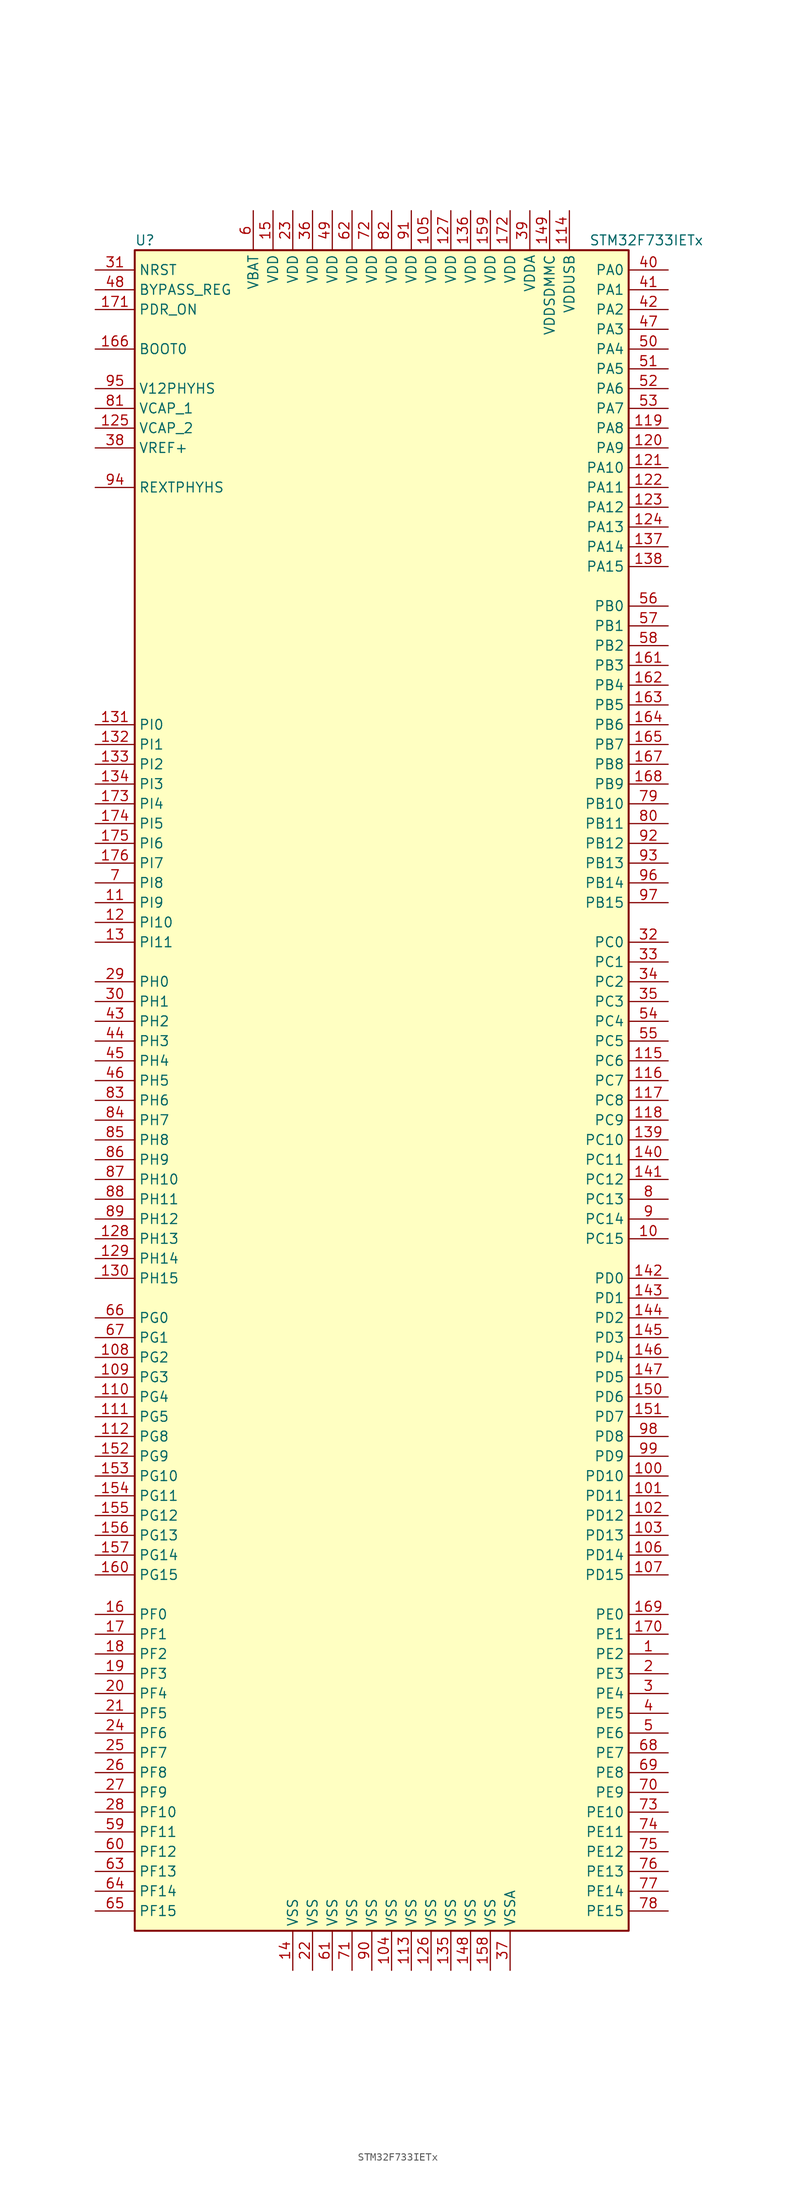
<source format=kicad_sym>
(kicad_symbol_lib
  (version 20201005)
  (generator kicad_symbol_editor)
  (symbol "STM32F733IETx"
    (property "Reference" "U"
      (at -33.02 107.95 0)
      (effects (font (size 1.27 1.27)) (justify left)))
    (property "Value" "STM32F733IETx"
      (at 25.4 107.95 0)
      (effects (font (size 1.27 1.27)) (justify left)))
    (symbol "STM32F733IETx_0_1"
      (rectangle (start -33.02 -109.22) (end 30.48 106.68) (stroke (width 0.254)) (fill (type background))))
    (symbol "STM32F733IETx_1_1"
      (pin bidirectional line (at 35.56 -73.66 180) (length 5.08) (name "PE2" (effects (font (size 1.27 1.27)))) (number "1" (effects (font (size 1.27 1.27)))))
      (pin bidirectional line (at 35.56 -20.32 180) (length 5.08) (name "PC15" (effects (font (size 1.27 1.27)))) (number "10" (effects (font (size 1.27 1.27)))))
      (pin bidirectional line (at 35.56 -50.8 180) (length 5.08) (name "PD10" (effects (font (size 1.27 1.27)))) (number "100" (effects (font (size 1.27 1.27)))))
      (pin bidirectional line (at 35.56 -53.34 180) (length 5.08) (name "PD11" (effects (font (size 1.27 1.27)))) (number "101" (effects (font (size 1.27 1.27)))))
      (pin bidirectional line (at 35.56 -55.88 180) (length 5.08) (name "PD12" (effects (font (size 1.27 1.27)))) (number "102" (effects (font (size 1.27 1.27)))))
      (pin bidirectional line (at 35.56 -58.42 180) (length 5.08) (name "PD13" (effects (font (size 1.27 1.27)))) (number "103" (effects (font (size 1.27 1.27)))))
      (pin power_in line (at 0 -114.3 90) (length 5.08) (name "VSS" (effects (font (size 1.27 1.27)))) (number "104" (effects (font (size 1.27 1.27)))))
      (pin power_in line (at 5.08 111.76 270) (length 5.08) (name "VDD" (effects (font (size 1.27 1.27)))) (number "105" (effects (font (size 1.27 1.27)))))
      (pin bidirectional line (at 35.56 -60.96 180) (length 5.08) (name "PD14" (effects (font (size 1.27 1.27)))) (number "106" (effects (font (size 1.27 1.27)))))
      (pin bidirectional line (at 35.56 -63.5 180) (length 5.08) (name "PD15" (effects (font (size 1.27 1.27)))) (number "107" (effects (font (size 1.27 1.27)))))
      (pin bidirectional line (at -38.1 -35.56 0) (length 5.08) (name "PG2" (effects (font (size 1.27 1.27)))) (number "108" (effects (font (size 1.27 1.27)))))
      (pin bidirectional line (at -38.1 -38.1 0) (length 5.08) (name "PG3" (effects (font (size 1.27 1.27)))) (number "109" (effects (font (size 1.27 1.27)))))
      (pin bidirectional line (at -38.1 22.86 0) (length 5.08) (name "PI9" (effects (font (size 1.27 1.27)))) (number "11" (effects (font (size 1.27 1.27)))))
      (pin bidirectional line (at -38.1 -40.64 0) (length 5.08) (name "PG4" (effects (font (size 1.27 1.27)))) (number "110" (effects (font (size 1.27 1.27)))))
      (pin bidirectional line (at -38.1 -43.18 0) (length 5.08) (name "PG5" (effects (font (size 1.27 1.27)))) (number "111" (effects (font (size 1.27 1.27)))))
      (pin bidirectional line (at -38.1 -45.72 0) (length 5.08) (name "PG8" (effects (font (size 1.27 1.27)))) (number "112" (effects (font (size 1.27 1.27)))))
      (pin power_in line (at 2.54 -114.3 90) (length 5.08) (name "VSS" (effects (font (size 1.27 1.27)))) (number "113" (effects (font (size 1.27 1.27)))))
      (pin power_in line (at 22.86 111.76 270) (length 5.08) (name "VDDUSB" (effects (font (size 1.27 1.27)))) (number "114" (effects (font (size 1.27 1.27)))))
      (pin bidirectional line (at 35.56 2.54 180) (length 5.08) (name "PC6" (effects (font (size 1.27 1.27)))) (number "115" (effects (font (size 1.27 1.27)))))
      (pin bidirectional line (at 35.56 0 180) (length 5.08) (name "PC7" (effects (font (size 1.27 1.27)))) (number "116" (effects (font (size 1.27 1.27)))))
      (pin bidirectional line (at 35.56 -2.54 180) (length 5.08) (name "PC8" (effects (font (size 1.27 1.27)))) (number "117" (effects (font (size 1.27 1.27)))))
      (pin bidirectional line (at 35.56 -5.08 180) (length 5.08) (name "PC9" (effects (font (size 1.27 1.27)))) (number "118" (effects (font (size 1.27 1.27)))))
      (pin bidirectional line (at 35.56 83.82 180) (length 5.08) (name "PA8" (effects (font (size 1.27 1.27)))) (number "119" (effects (font (size 1.27 1.27)))))
      (pin bidirectional line (at -38.1 20.32 0) (length 5.08) (name "PI10" (effects (font (size 1.27 1.27)))) (number "12" (effects (font (size 1.27 1.27)))))
      (pin bidirectional line (at 35.56 81.28 180) (length 5.08) (name "PA9" (effects (font (size 1.27 1.27)))) (number "120" (effects (font (size 1.27 1.27)))))
      (pin bidirectional line (at 35.56 78.74 180) (length 5.08) (name "PA10" (effects (font (size 1.27 1.27)))) (number "121" (effects (font (size 1.27 1.27)))))
      (pin bidirectional line (at 35.56 76.2 180) (length 5.08) (name "PA11" (effects (font (size 1.27 1.27)))) (number "122" (effects (font (size 1.27 1.27)))))
      (pin bidirectional line (at 35.56 73.66 180) (length 5.08) (name "PA12" (effects (font (size 1.27 1.27)))) (number "123" (effects (font (size 1.27 1.27)))))
      (pin bidirectional line (at 35.56 71.12 180) (length 5.08) (name "PA13" (effects (font (size 1.27 1.27)))) (number "124" (effects (font (size 1.27 1.27)))))
      (pin power_in line (at -38.1 83.82 0) (length 5.08) (name "VCAP_2" (effects (font (size 1.27 1.27)))) (number "125" (effects (font (size 1.27 1.27)))))
      (pin power_in line (at 5.08 -114.3 90) (length 5.08) (name "VSS" (effects (font (size 1.27 1.27)))) (number "126" (effects (font (size 1.27 1.27)))))
      (pin power_in line (at 7.62 111.76 270) (length 5.08) (name "VDD" (effects (font (size 1.27 1.27)))) (number "127" (effects (font (size 1.27 1.27)))))
      (pin bidirectional line (at -38.1 -20.32 0) (length 5.08) (name "PH13" (effects (font (size 1.27 1.27)))) (number "128" (effects (font (size 1.27 1.27)))))
      (pin bidirectional line (at -38.1 -22.86 0) (length 5.08) (name "PH14" (effects (font (size 1.27 1.27)))) (number "129" (effects (font (size 1.27 1.27)))))
      (pin bidirectional line (at -38.1 17.78 0) (length 5.08) (name "PI11" (effects (font (size 1.27 1.27)))) (number "13" (effects (font (size 1.27 1.27)))))
      (pin bidirectional line (at -38.1 -25.4 0) (length 5.08) (name "PH15" (effects (font (size 1.27 1.27)))) (number "130" (effects (font (size 1.27 1.27)))))
      (pin bidirectional line (at -38.1 45.72 0) (length 5.08) (name "PI0" (effects (font (size 1.27 1.27)))) (number "131" (effects (font (size 1.27 1.27)))))
      (pin bidirectional line (at -38.1 43.18 0) (length 5.08) (name "PI1" (effects (font (size 1.27 1.27)))) (number "132" (effects (font (size 1.27 1.27)))))
      (pin bidirectional line (at -38.1 40.64 0) (length 5.08) (name "PI2" (effects (font (size 1.27 1.27)))) (number "133" (effects (font (size 1.27 1.27)))))
      (pin bidirectional line (at -38.1 38.1 0) (length 5.08) (name "PI3" (effects (font (size 1.27 1.27)))) (number "134" (effects (font (size 1.27 1.27)))))
      (pin power_in line (at 7.62 -114.3 90) (length 5.08) (name "VSS" (effects (font (size 1.27 1.27)))) (number "135" (effects (font (size 1.27 1.27)))))
      (pin power_in line (at 10.16 111.76 270) (length 5.08) (name "VDD" (effects (font (size 1.27 1.27)))) (number "136" (effects (font (size 1.27 1.27)))))
      (pin bidirectional line (at 35.56 68.58 180) (length 5.08) (name "PA14" (effects (font (size 1.27 1.27)))) (number "137" (effects (font (size 1.27 1.27)))))
      (pin bidirectional line (at 35.56 66.04 180) (length 5.08) (name "PA15" (effects (font (size 1.27 1.27)))) (number "138" (effects (font (size 1.27 1.27)))))
      (pin bidirectional line (at 35.56 -7.62 180) (length 5.08) (name "PC10" (effects (font (size 1.27 1.27)))) (number "139" (effects (font (size 1.27 1.27)))))
      (pin power_in line (at -12.7 -114.3 90) (length 5.08) (name "VSS" (effects (font (size 1.27 1.27)))) (number "14" (effects (font (size 1.27 1.27)))))
      (pin bidirectional line (at 35.56 -10.16 180) (length 5.08) (name "PC11" (effects (font (size 1.27 1.27)))) (number "140" (effects (font (size 1.27 1.27)))))
      (pin bidirectional line (at 35.56 -12.7 180) (length 5.08) (name "PC12" (effects (font (size 1.27 1.27)))) (number "141" (effects (font (size 1.27 1.27)))))
      (pin bidirectional line (at 35.56 -25.4 180) (length 5.08) (name "PD0" (effects (font (size 1.27 1.27)))) (number "142" (effects (font (size 1.27 1.27)))))
      (pin bidirectional line (at 35.56 -27.94 180) (length 5.08) (name "PD1" (effects (font (size 1.27 1.27)))) (number "143" (effects (font (size 1.27 1.27)))))
      (pin bidirectional line (at 35.56 -30.48 180) (length 5.08) (name "PD2" (effects (font (size 1.27 1.27)))) (number "144" (effects (font (size 1.27 1.27)))))
      (pin bidirectional line (at 35.56 -33.02 180) (length 5.08) (name "PD3" (effects (font (size 1.27 1.27)))) (number "145" (effects (font (size 1.27 1.27)))))
      (pin bidirectional line (at 35.56 -35.56 180) (length 5.08) (name "PD4" (effects (font (size 1.27 1.27)))) (number "146" (effects (font (size 1.27 1.27)))))
      (pin bidirectional line (at 35.56 -38.1 180) (length 5.08) (name "PD5" (effects (font (size 1.27 1.27)))) (number "147" (effects (font (size 1.27 1.27)))))
      (pin power_in line (at 10.16 -114.3 90) (length 5.08) (name "VSS" (effects (font (size 1.27 1.27)))) (number "148" (effects (font (size 1.27 1.27)))))
      (pin power_in line (at 20.32 111.76 270) (length 5.08) (name "VDDSDMMC" (effects (font (size 1.27 1.27)))) (number "149" (effects (font (size 1.27 1.27)))))
      (pin power_in line (at -15.24 111.76 270) (length 5.08) (name "VDD" (effects (font (size 1.27 1.27)))) (number "15" (effects (font (size 1.27 1.27)))))
      (pin bidirectional line (at 35.56 -40.64 180) (length 5.08) (name "PD6" (effects (font (size 1.27 1.27)))) (number "150" (effects (font (size 1.27 1.27)))))
      (pin bidirectional line (at 35.56 -43.18 180) (length 5.08) (name "PD7" (effects (font (size 1.27 1.27)))) (number "151" (effects (font (size 1.27 1.27)))))
      (pin bidirectional line (at -38.1 -48.26 0) (length 5.08) (name "PG9" (effects (font (size 1.27 1.27)))) (number "152" (effects (font (size 1.27 1.27)))))
      (pin bidirectional line (at -38.1 -50.8 0) (length 5.08) (name "PG10" (effects (font (size 1.27 1.27)))) (number "153" (effects (font (size 1.27 1.27)))))
      (pin bidirectional line (at -38.1 -53.34 0) (length 5.08) (name "PG11" (effects (font (size 1.27 1.27)))) (number "154" (effects (font (size 1.27 1.27)))))
      (pin bidirectional line (at -38.1 -55.88 0) (length 5.08) (name "PG12" (effects (font (size 1.27 1.27)))) (number "155" (effects (font (size 1.27 1.27)))))
      (pin bidirectional line (at -38.1 -58.42 0) (length 5.08) (name "PG13" (effects (font (size 1.27 1.27)))) (number "156" (effects (font (size 1.27 1.27)))))
      (pin bidirectional line (at -38.1 -60.96 0) (length 5.08) (name "PG14" (effects (font (size 1.27 1.27)))) (number "157" (effects (font (size 1.27 1.27)))))
      (pin power_in line (at 12.7 -114.3 90) (length 5.08) (name "VSS" (effects (font (size 1.27 1.27)))) (number "158" (effects (font (size 1.27 1.27)))))
      (pin power_in line (at 12.7 111.76 270) (length 5.08) (name "VDD" (effects (font (size 1.27 1.27)))) (number "159" (effects (font (size 1.27 1.27)))))
      (pin bidirectional line (at -38.1 -68.58 0) (length 5.08) (name "PF0" (effects (font (size 1.27 1.27)))) (number "16" (effects (font (size 1.27 1.27)))))
      (pin bidirectional line (at -38.1 -63.5 0) (length 5.08) (name "PG15" (effects (font (size 1.27 1.27)))) (number "160" (effects (font (size 1.27 1.27)))))
      (pin bidirectional line (at 35.56 53.34 180) (length 5.08) (name "PB3" (effects (font (size 1.27 1.27)))) (number "161" (effects (font (size 1.27 1.27)))))
      (pin bidirectional line (at 35.56 50.8 180) (length 5.08) (name "PB4" (effects (font (size 1.27 1.27)))) (number "162" (effects (font (size 1.27 1.27)))))
      (pin bidirectional line (at 35.56 48.26 180) (length 5.08) (name "PB5" (effects (font (size 1.27 1.27)))) (number "163" (effects (font (size 1.27 1.27)))))
      (pin bidirectional line (at 35.56 45.72 180) (length 5.08) (name "PB6" (effects (font (size 1.27 1.27)))) (number "164" (effects (font (size 1.27 1.27)))))
      (pin bidirectional line (at 35.56 43.18 180) (length 5.08) (name "PB7" (effects (font (size 1.27 1.27)))) (number "165" (effects (font (size 1.27 1.27)))))
      (pin input line (at -38.1 93.98 0) (length 5.08) (name "BOOT0" (effects (font (size 1.27 1.27)))) (number "166" (effects (font (size 1.27 1.27)))))
      (pin bidirectional line (at 35.56 40.64 180) (length 5.08) (name "PB8" (effects (font (size 1.27 1.27)))) (number "167" (effects (font (size 1.27 1.27)))))
      (pin bidirectional line (at 35.56 38.1 180) (length 5.08) (name "PB9" (effects (font (size 1.27 1.27)))) (number "168" (effects (font (size 1.27 1.27)))))
      (pin bidirectional line (at 35.56 -68.58 180) (length 5.08) (name "PE0" (effects (font (size 1.27 1.27)))) (number "169" (effects (font (size 1.27 1.27)))))
      (pin bidirectional line (at -38.1 -71.12 0) (length 5.08) (name "PF1" (effects (font (size 1.27 1.27)))) (number "17" (effects (font (size 1.27 1.27)))))
      (pin bidirectional line (at 35.56 -71.12 180) (length 5.08) (name "PE1" (effects (font (size 1.27 1.27)))) (number "170" (effects (font (size 1.27 1.27)))))
      (pin input line (at -38.1 99.06 0) (length 5.08) (name "PDR_ON" (effects (font (size 1.27 1.27)))) (number "171" (effects (font (size 1.27 1.27)))))
      (pin power_in line (at 15.24 111.76 270) (length 5.08) (name "VDD" (effects (font (size 1.27 1.27)))) (number "172" (effects (font (size 1.27 1.27)))))
      (pin bidirectional line (at -38.1 35.56 0) (length 5.08) (name "PI4" (effects (font (size 1.27 1.27)))) (number "173" (effects (font (size 1.27 1.27)))))
      (pin bidirectional line (at -38.1 33.02 0) (length 5.08) (name "PI5" (effects (font (size 1.27 1.27)))) (number "174" (effects (font (size 1.27 1.27)))))
      (pin bidirectional line (at -38.1 30.48 0) (length 5.08) (name "PI6" (effects (font (size 1.27 1.27)))) (number "175" (effects (font (size 1.27 1.27)))))
      (pin bidirectional line (at -38.1 27.94 0) (length 5.08) (name "PI7" (effects (font (size 1.27 1.27)))) (number "176" (effects (font (size 1.27 1.27)))))
      (pin bidirectional line (at -38.1 -73.66 0) (length 5.08) (name "PF2" (effects (font (size 1.27 1.27)))) (number "18" (effects (font (size 1.27 1.27)))))
      (pin bidirectional line (at -38.1 -76.2 0) (length 5.08) (name "PF3" (effects (font (size 1.27 1.27)))) (number "19" (effects (font (size 1.27 1.27)))))
      (pin bidirectional line (at 35.56 -76.2 180) (length 5.08) (name "PE3" (effects (font (size 1.27 1.27)))) (number "2" (effects (font (size 1.27 1.27)))))
      (pin bidirectional line (at -38.1 -78.74 0) (length 5.08) (name "PF4" (effects (font (size 1.27 1.27)))) (number "20" (effects (font (size 1.27 1.27)))))
      (pin bidirectional line (at -38.1 -81.28 0) (length 5.08) (name "PF5" (effects (font (size 1.27 1.27)))) (number "21" (effects (font (size 1.27 1.27)))))
      (pin power_in line (at -10.16 -114.3 90) (length 5.08) (name "VSS" (effects (font (size 1.27 1.27)))) (number "22" (effects (font (size 1.27 1.27)))))
      (pin power_in line (at -12.7 111.76 270) (length 5.08) (name "VDD" (effects (font (size 1.27 1.27)))) (number "23" (effects (font (size 1.27 1.27)))))
      (pin bidirectional line (at -38.1 -83.82 0) (length 5.08) (name "PF6" (effects (font (size 1.27 1.27)))) (number "24" (effects (font (size 1.27 1.27)))))
      (pin bidirectional line (at -38.1 -86.36 0) (length 5.08) (name "PF7" (effects (font (size 1.27 1.27)))) (number "25" (effects (font (size 1.27 1.27)))))
      (pin bidirectional line (at -38.1 -88.9 0) (length 5.08) (name "PF8" (effects (font (size 1.27 1.27)))) (number "26" (effects (font (size 1.27 1.27)))))
      (pin bidirectional line (at -38.1 -91.44 0) (length 5.08) (name "PF9" (effects (font (size 1.27 1.27)))) (number "27" (effects (font (size 1.27 1.27)))))
      (pin bidirectional line (at -38.1 -93.98 0) (length 5.08) (name "PF10" (effects (font (size 1.27 1.27)))) (number "28" (effects (font (size 1.27 1.27)))))
      (pin input line (at -38.1 12.7 0) (length 5.08) (name "PH0" (effects (font (size 1.27 1.27)))) (number "29" (effects (font (size 1.27 1.27)))))
      (pin bidirectional line (at 35.56 -78.74 180) (length 5.08) (name "PE4" (effects (font (size 1.27 1.27)))) (number "3" (effects (font (size 1.27 1.27)))))
      (pin input line (at -38.1 10.16 0) (length 5.08) (name "PH1" (effects (font (size 1.27 1.27)))) (number "30" (effects (font (size 1.27 1.27)))))
      (pin input line (at -38.1 104.14 0) (length 5.08) (name "NRST" (effects (font (size 1.27 1.27)))) (number "31" (effects (font (size 1.27 1.27)))))
      (pin bidirectional line (at 35.56 17.78 180) (length 5.08) (name "PC0" (effects (font (size 1.27 1.27)))) (number "32" (effects (font (size 1.27 1.27)))))
      (pin bidirectional line (at 35.56 15.24 180) (length 5.08) (name "PC1" (effects (font (size 1.27 1.27)))) (number "33" (effects (font (size 1.27 1.27)))))
      (pin bidirectional line (at 35.56 12.7 180) (length 5.08) (name "PC2" (effects (font (size 1.27 1.27)))) (number "34" (effects (font (size 1.27 1.27)))))
      (pin bidirectional line (at 35.56 10.16 180) (length 5.08) (name "PC3" (effects (font (size 1.27 1.27)))) (number "35" (effects (font (size 1.27 1.27)))))
      (pin power_in line (at -10.16 111.76 270) (length 5.08) (name "VDD" (effects (font (size 1.27 1.27)))) (number "36" (effects (font (size 1.27 1.27)))))
      (pin power_in line (at 15.24 -114.3 90) (length 5.08) (name "VSSA" (effects (font (size 1.27 1.27)))) (number "37" (effects (font (size 1.27 1.27)))))
      (pin power_in line (at -38.1 81.28 0) (length 5.08) (name "VREF+" (effects (font (size 1.27 1.27)))) (number "38" (effects (font (size 1.27 1.27)))))
      (pin power_in line (at 17.78 111.76 270) (length 5.08) (name "VDDA" (effects (font (size 1.27 1.27)))) (number "39" (effects (font (size 1.27 1.27)))))
      (pin bidirectional line (at 35.56 -81.28 180) (length 5.08) (name "PE5" (effects (font (size 1.27 1.27)))) (number "4" (effects (font (size 1.27 1.27)))))
      (pin bidirectional line (at 35.56 104.14 180) (length 5.08) (name "PA0" (effects (font (size 1.27 1.27)))) (number "40" (effects (font (size 1.27 1.27)))))
      (pin bidirectional line (at 35.56 101.6 180) (length 5.08) (name "PA1" (effects (font (size 1.27 1.27)))) (number "41" (effects (font (size 1.27 1.27)))))
      (pin bidirectional line (at 35.56 99.06 180) (length 5.08) (name "PA2" (effects (font (size 1.27 1.27)))) (number "42" (effects (font (size 1.27 1.27)))))
      (pin bidirectional line (at -38.1 7.62 0) (length 5.08) (name "PH2" (effects (font (size 1.27 1.27)))) (number "43" (effects (font (size 1.27 1.27)))))
      (pin bidirectional line (at -38.1 5.08 0) (length 5.08) (name "PH3" (effects (font (size 1.27 1.27)))) (number "44" (effects (font (size 1.27 1.27)))))
      (pin bidirectional line (at -38.1 2.54 0) (length 5.08) (name "PH4" (effects (font (size 1.27 1.27)))) (number "45" (effects (font (size 1.27 1.27)))))
      (pin bidirectional line (at -38.1 0 0) (length 5.08) (name "PH5" (effects (font (size 1.27 1.27)))) (number "46" (effects (font (size 1.27 1.27)))))
      (pin bidirectional line (at 35.56 96.52 180) (length 5.08) (name "PA3" (effects (font (size 1.27 1.27)))) (number "47" (effects (font (size 1.27 1.27)))))
      (pin input line (at -38.1 101.6 0) (length 5.08) (name "BYPASS_REG" (effects (font (size 1.27 1.27)))) (number "48" (effects (font (size 1.27 1.27)))))
      (pin power_in line (at -7.62 111.76 270) (length 5.08) (name "VDD" (effects (font (size 1.27 1.27)))) (number "49" (effects (font (size 1.27 1.27)))))
      (pin bidirectional line (at 35.56 -83.82 180) (length 5.08) (name "PE6" (effects (font (size 1.27 1.27)))) (number "5" (effects (font (size 1.27 1.27)))))
      (pin bidirectional line (at 35.56 93.98 180) (length 5.08) (name "PA4" (effects (font (size 1.27 1.27)))) (number "50" (effects (font (size 1.27 1.27)))))
      (pin bidirectional line (at 35.56 91.44 180) (length 5.08) (name "PA5" (effects (font (size 1.27 1.27)))) (number "51" (effects (font (size 1.27 1.27)))))
      (pin bidirectional line (at 35.56 88.9 180) (length 5.08) (name "PA6" (effects (font (size 1.27 1.27)))) (number "52" (effects (font (size 1.27 1.27)))))
      (pin bidirectional line (at 35.56 86.36 180) (length 5.08) (name "PA7" (effects (font (size 1.27 1.27)))) (number "53" (effects (font (size 1.27 1.27)))))
      (pin bidirectional line (at 35.56 7.62 180) (length 5.08) (name "PC4" (effects (font (size 1.27 1.27)))) (number "54" (effects (font (size 1.27 1.27)))))
      (pin bidirectional line (at 35.56 5.08 180) (length 5.08) (name "PC5" (effects (font (size 1.27 1.27)))) (number "55" (effects (font (size 1.27 1.27)))))
      (pin bidirectional line (at 35.56 60.96 180) (length 5.08) (name "PB0" (effects (font (size 1.27 1.27)))) (number "56" (effects (font (size 1.27 1.27)))))
      (pin bidirectional line (at 35.56 58.42 180) (length 5.08) (name "PB1" (effects (font (size 1.27 1.27)))) (number "57" (effects (font (size 1.27 1.27)))))
      (pin bidirectional line (at 35.56 55.88 180) (length 5.08) (name "PB2" (effects (font (size 1.27 1.27)))) (number "58" (effects (font (size 1.27 1.27)))))
      (pin bidirectional line (at -38.1 -96.52 0) (length 5.08) (name "PF11" (effects (font (size 1.27 1.27)))) (number "59" (effects (font (size 1.27 1.27)))))
      (pin power_in line (at -17.78 111.76 270) (length 5.08) (name "VBAT" (effects (font (size 1.27 1.27)))) (number "6" (effects (font (size 1.27 1.27)))))
      (pin bidirectional line (at -38.1 -99.06 0) (length 5.08) (name "PF12" (effects (font (size 1.27 1.27)))) (number "60" (effects (font (size 1.27 1.27)))))
      (pin power_in line (at -7.62 -114.3 90) (length 5.08) (name "VSS" (effects (font (size 1.27 1.27)))) (number "61" (effects (font (size 1.27 1.27)))))
      (pin power_in line (at -5.08 111.76 270) (length 5.08) (name "VDD" (effects (font (size 1.27 1.27)))) (number "62" (effects (font (size 1.27 1.27)))))
      (pin bidirectional line (at -38.1 -101.6 0) (length 5.08) (name "PF13" (effects (font (size 1.27 1.27)))) (number "63" (effects (font (size 1.27 1.27)))))
      (pin bidirectional line (at -38.1 -104.14 0) (length 5.08) (name "PF14" (effects (font (size 1.27 1.27)))) (number "64" (effects (font (size 1.27 1.27)))))
      (pin bidirectional line (at -38.1 -106.68 0) (length 5.08) (name "PF15" (effects (font (size 1.27 1.27)))) (number "65" (effects (font (size 1.27 1.27)))))
      (pin bidirectional line (at -38.1 -30.48 0) (length 5.08) (name "PG0" (effects (font (size 1.27 1.27)))) (number "66" (effects (font (size 1.27 1.27)))))
      (pin bidirectional line (at -38.1 -33.02 0) (length 5.08) (name "PG1" (effects (font (size 1.27 1.27)))) (number "67" (effects (font (size 1.27 1.27)))))
      (pin bidirectional line (at 35.56 -86.36 180) (length 5.08) (name "PE7" (effects (font (size 1.27 1.27)))) (number "68" (effects (font (size 1.27 1.27)))))
      (pin bidirectional line (at 35.56 -88.9 180) (length 5.08) (name "PE8" (effects (font (size 1.27 1.27)))) (number "69" (effects (font (size 1.27 1.27)))))
      (pin bidirectional line (at -38.1 25.4 0) (length 5.08) (name "PI8" (effects (font (size 1.27 1.27)))) (number "7" (effects (font (size 1.27 1.27)))))
      (pin bidirectional line (at 35.56 -91.44 180) (length 5.08) (name "PE9" (effects (font (size 1.27 1.27)))) (number "70" (effects (font (size 1.27 1.27)))))
      (pin power_in line (at -5.08 -114.3 90) (length 5.08) (name "VSS" (effects (font (size 1.27 1.27)))) (number "71" (effects (font (size 1.27 1.27)))))
      (pin power_in line (at -2.54 111.76 270) (length 5.08) (name "VDD" (effects (font (size 1.27 1.27)))) (number "72" (effects (font (size 1.27 1.27)))))
      (pin bidirectional line (at 35.56 -93.98 180) (length 5.08) (name "PE10" (effects (font (size 1.27 1.27)))) (number "73" (effects (font (size 1.27 1.27)))))
      (pin bidirectional line (at 35.56 -96.52 180) (length 5.08) (name "PE11" (effects (font (size 1.27 1.27)))) (number "74" (effects (font (size 1.27 1.27)))))
      (pin bidirectional line (at 35.56 -99.06 180) (length 5.08) (name "PE12" (effects (font (size 1.27 1.27)))) (number "75" (effects (font (size 1.27 1.27)))))
      (pin bidirectional line (at 35.56 -101.6 180) (length 5.08) (name "PE13" (effects (font (size 1.27 1.27)))) (number "76" (effects (font (size 1.27 1.27)))))
      (pin bidirectional line (at 35.56 -104.14 180) (length 5.08) (name "PE14" (effects (font (size 1.27 1.27)))) (number "77" (effects (font (size 1.27 1.27)))))
      (pin bidirectional line (at 35.56 -106.68 180) (length 5.08) (name "PE15" (effects (font (size 1.27 1.27)))) (number "78" (effects (font (size 1.27 1.27)))))
      (pin bidirectional line (at 35.56 35.56 180) (length 5.08) (name "PB10" (effects (font (size 1.27 1.27)))) (number "79" (effects (font (size 1.27 1.27)))))
      (pin bidirectional line (at 35.56 -15.24 180) (length 5.08) (name "PC13" (effects (font (size 1.27 1.27)))) (number "8" (effects (font (size 1.27 1.27)))))
      (pin bidirectional line (at 35.56 33.02 180) (length 5.08) (name "PB11" (effects (font (size 1.27 1.27)))) (number "80" (effects (font (size 1.27 1.27)))))
      (pin power_in line (at -38.1 86.36 0) (length 5.08) (name "VCAP_1" (effects (font (size 1.27 1.27)))) (number "81" (effects (font (size 1.27 1.27)))))
      (pin power_in line (at 0 111.76 270) (length 5.08) (name "VDD" (effects (font (size 1.27 1.27)))) (number "82" (effects (font (size 1.27 1.27)))))
      (pin bidirectional line (at -38.1 -2.54 0) (length 5.08) (name "PH6" (effects (font (size 1.27 1.27)))) (number "83" (effects (font (size 1.27 1.27)))))
      (pin bidirectional line (at -38.1 -5.08 0) (length 5.08) (name "PH7" (effects (font (size 1.27 1.27)))) (number "84" (effects (font (size 1.27 1.27)))))
      (pin bidirectional line (at -38.1 -7.62 0) (length 5.08) (name "PH8" (effects (font (size 1.27 1.27)))) (number "85" (effects (font (size 1.27 1.27)))))
      (pin bidirectional line (at -38.1 -10.16 0) (length 5.08) (name "PH9" (effects (font (size 1.27 1.27)))) (number "86" (effects (font (size 1.27 1.27)))))
      (pin bidirectional line (at -38.1 -12.7 0) (length 5.08) (name "PH10" (effects (font (size 1.27 1.27)))) (number "87" (effects (font (size 1.27 1.27)))))
      (pin bidirectional line (at -38.1 -15.24 0) (length 5.08) (name "PH11" (effects (font (size 1.27 1.27)))) (number "88" (effects (font (size 1.27 1.27)))))
      (pin bidirectional line (at -38.1 -17.78 0) (length 5.08) (name "PH12" (effects (font (size 1.27 1.27)))) (number "89" (effects (font (size 1.27 1.27)))))
      (pin bidirectional line (at 35.56 -17.78 180) (length 5.08) (name "PC14" (effects (font (size 1.27 1.27)))) (number "9" (effects (font (size 1.27 1.27)))))
      (pin power_in line (at -2.54 -114.3 90) (length 5.08) (name "VSS" (effects (font (size 1.27 1.27)))) (number "90" (effects (font (size 1.27 1.27)))))
      (pin power_in line (at 2.54 111.76 270) (length 5.08) (name "VDD" (effects (font (size 1.27 1.27)))) (number "91" (effects (font (size 1.27 1.27)))))
      (pin bidirectional line (at 35.56 30.48 180) (length 5.08) (name "PB12" (effects (font (size 1.27 1.27)))) (number "92" (effects (font (size 1.27 1.27)))))
      (pin bidirectional line (at 35.56 27.94 180) (length 5.08) (name "PB13" (effects (font (size 1.27 1.27)))) (number "93" (effects (font (size 1.27 1.27)))))
      (pin bidirectional line (at -38.1 76.2 0) (length 5.08) (name "REXTPHYHS" (effects (font (size 1.27 1.27)))) (number "94" (effects (font (size 1.27 1.27)))))
      (pin power_in line (at -38.1 88.9 0) (length 5.08) (name "V12PHYHS" (effects (font (size 1.27 1.27)))) (number "95" (effects (font (size 1.27 1.27)))))
      (pin bidirectional line (at 35.56 25.4 180) (length 5.08) (name "PB14" (effects (font (size 1.27 1.27)))) (number "96" (effects (font (size 1.27 1.27)))))
      (pin bidirectional line (at 35.56 22.86 180) (length 5.08) (name "PB15" (effects (font (size 1.27 1.27)))) (number "97" (effects (font (size 1.27 1.27)))))
      (pin bidirectional line (at 35.56 -45.72 180) (length 5.08) (name "PD8" (effects (font (size 1.27 1.27)))) (number "98" (effects (font (size 1.27 1.27)))))
      (pin bidirectional line (at 35.56 -48.26 180) (length 5.08) (name "PD9" (effects (font (size 1.27 1.27)))) (number "99" (effects (font (size 1.27 1.27))))))))
</source>
